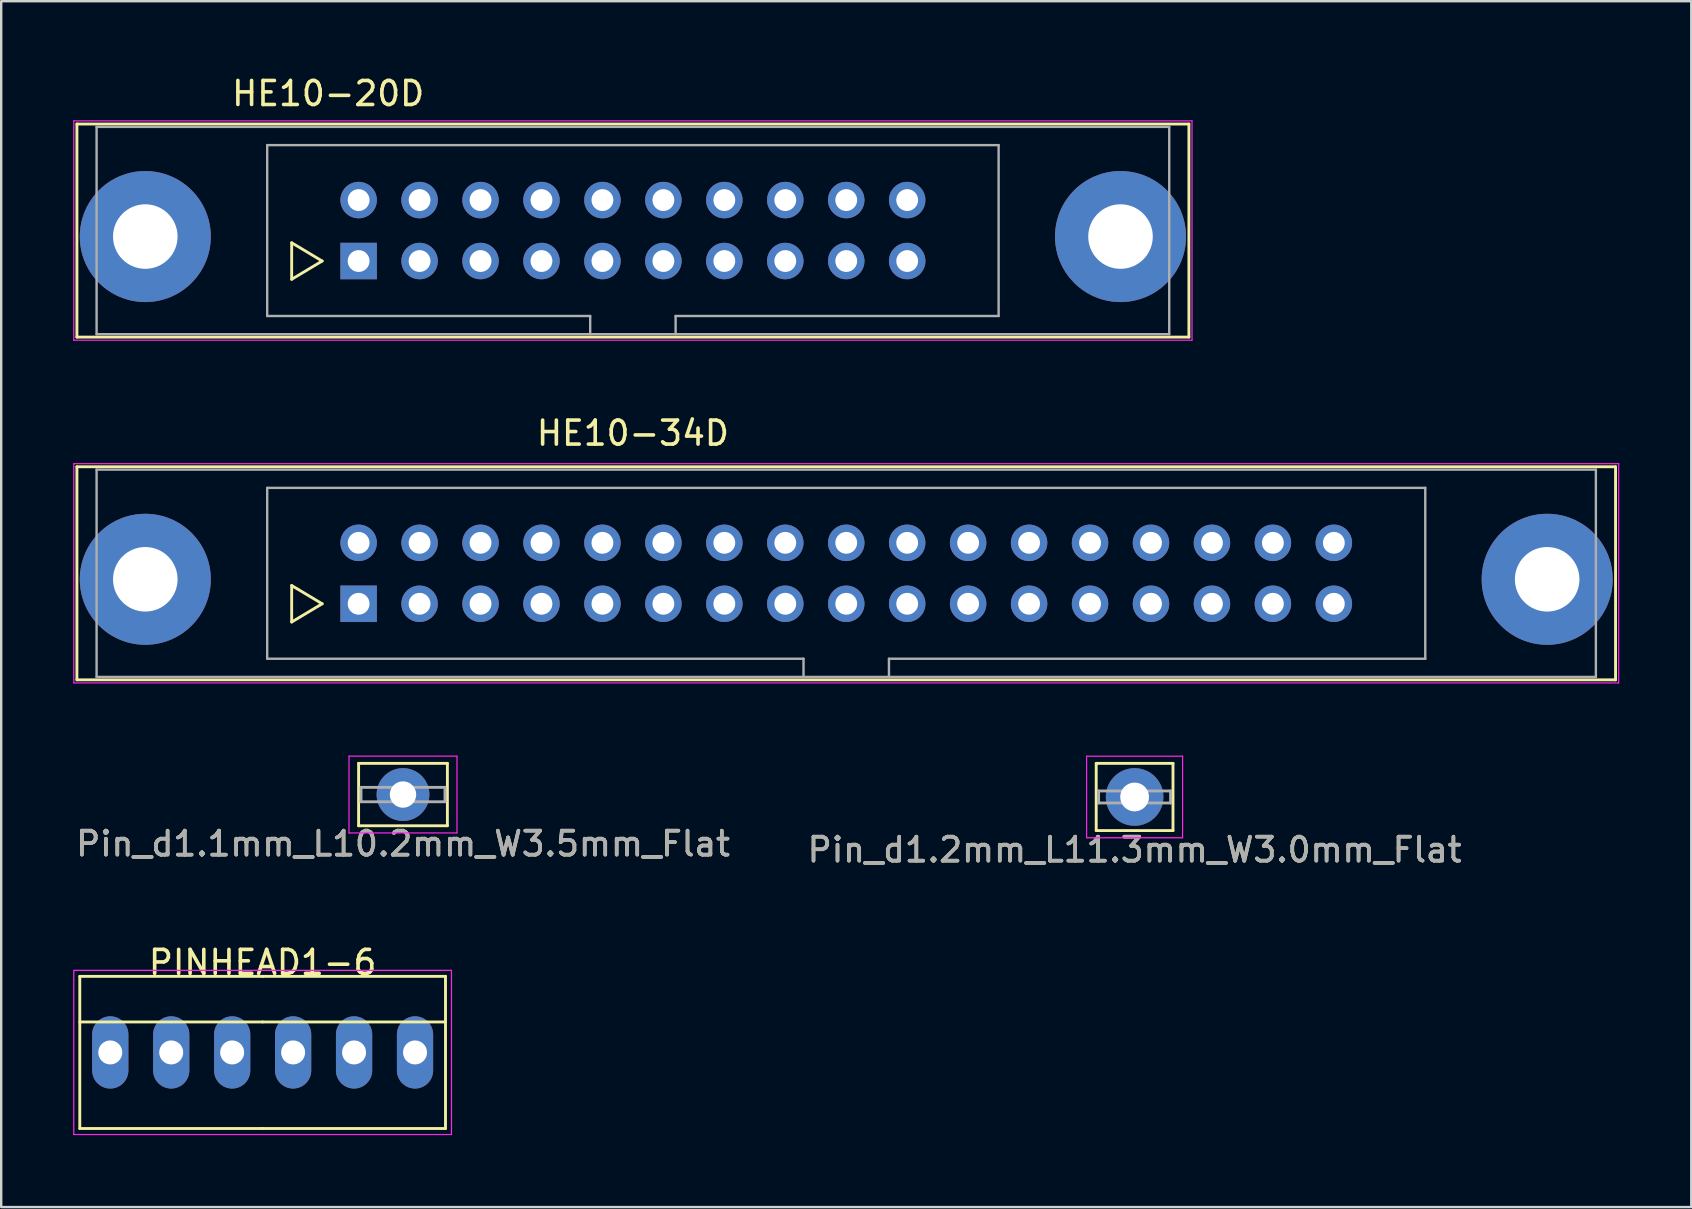
<source format=kicad_pcb>
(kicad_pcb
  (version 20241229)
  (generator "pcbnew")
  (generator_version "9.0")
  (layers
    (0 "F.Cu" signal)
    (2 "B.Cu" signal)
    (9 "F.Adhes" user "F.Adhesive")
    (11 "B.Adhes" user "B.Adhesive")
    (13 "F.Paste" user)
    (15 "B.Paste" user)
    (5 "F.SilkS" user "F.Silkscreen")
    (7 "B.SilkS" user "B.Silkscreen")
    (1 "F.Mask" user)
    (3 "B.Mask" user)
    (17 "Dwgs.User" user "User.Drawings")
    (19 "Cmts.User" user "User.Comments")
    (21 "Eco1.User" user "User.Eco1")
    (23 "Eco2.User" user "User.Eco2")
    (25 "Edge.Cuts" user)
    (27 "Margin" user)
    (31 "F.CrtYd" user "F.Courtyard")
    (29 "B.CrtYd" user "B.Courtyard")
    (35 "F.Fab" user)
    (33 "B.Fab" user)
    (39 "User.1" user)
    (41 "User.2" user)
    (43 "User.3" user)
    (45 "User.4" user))
  (footprint "Pin_d1.2mm_L11.3mm_W3.0mm_Flat"
    (layer "F.Cu")
    (at 44.232 30.162)
    (property "Reference" "Pin_d1.2mm_L11.3mm_W3.0mm_Flat" (at 0 2.2 0) (layer "F.SilkS") (effects (font (size 1 1) (thickness 0.15))))
    (attr through_hole)
    (fp_line (start -1.6 -1.4) (end 1.6 -1.4) (stroke (width 0.12) (type solid)) (layer "F.SilkS"))
    (fp_line (start -1.6 1.4) (end -1.6 -1.4) (stroke (width 0.12) (type solid)) (layer "F.SilkS"))
    (fp_line (start 1.6 -1.4) (end 1.6 1.4) (stroke (width 0.12) (type solid)) (layer "F.SilkS"))
    (fp_line (start 1.6 1.4) (end -1.6 1.4) (stroke (width 0.12) (type solid)) (layer "F.SilkS"))
    (fp_line (start -2 -1.7) (end -2 1.7) (stroke (width 0.05) (type solid)) (layer "F.CrtYd"))
    (fp_line (start -2 -1.7) (end 2 -1.7) (stroke (width 0.05) (type solid)) (layer "F.CrtYd"))
    (fp_line (start 2 1.7) (end -2 1.7) (stroke (width 0.05) (type solid)) (layer "F.CrtYd"))
    (fp_line (start 2 1.7) (end 2 -1.7) (stroke (width 0.05) (type solid)) (layer "F.CrtYd"))
    (fp_line (start -1.5 -0.25) (end 1.5 -0.25) (stroke (width 0.12) (type solid)) (layer "F.Fab"))
    (fp_line (start -1.5 0.25) (end -1.5 -0.25) (stroke (width 0.12) (type solid)) (layer "F.Fab"))
    (fp_line (start 1.5 -0.25) (end 1.5 0.25) (stroke (width 0.12) (type solid)) (layer "F.Fab"))
    (fp_line (start 1.5 0.25) (end -1.5 0.25) (stroke (width 0.12) (type solid)) (layer "F.Fab"))
    (fp_text user "${REFERENCE}" (at 0 2.2 0) (layer "F.Fab") (effects (font (size 1 1) (thickness 0.15))))
    (pad "1" thru_hole circle (at 0 0) (size 2.4 2.4) (drill 1.2) (layers "*.Cu" "*.Mask")))
  (footprint "HE10-20D"
    (layer "F.Cu")
    (at 11.895 7.828)
    (property "Reference" "HE10-20D" (at -1.27 -6.98 0) (layer "F.SilkS") (effects (font (size 1 1) (thickness 0.15))))
    (attr through_hole)
    (fp_line (start -11.74 -5.71) (end -11.74 3.17) (stroke (width 0.12) (type solid)) (layer "F.SilkS"))
    (fp_line (start -11.74 -5.71) (end 34.6 -5.71) (stroke (width 0.12) (type solid)) (layer "F.SilkS"))
    (fp_line (start -2.79 -0.76) (end -2.79 0.76) (stroke (width 0.12) (type solid)) (layer "F.SilkS"))
    (fp_line (start -2.79 0.76) (end -1.52 0) (stroke (width 0.12) (type solid)) (layer "F.SilkS"))
    (fp_line (start -1.52 0) (end -2.79 -0.76) (stroke (width 0.12) (type solid)) (layer "F.SilkS"))
    (fp_line (start 34.6 3.17) (end -11.74 3.17) (stroke (width 0.12) (type solid)) (layer "F.SilkS"))
    (fp_line (start 34.6 3.17) (end 34.6 -5.71) (stroke (width 0.12) (type solid)) (layer "F.SilkS"))
    (fp_line (start -11.87 -5.84) (end -11.87 3.3) (stroke (width 0.05) (type solid)) (layer "F.CrtYd"))
    (fp_line (start -11.87 -5.84) (end 34.73 -5.84) (stroke (width 0.05) (type solid)) (layer "F.CrtYd"))
    (fp_line (start 34.73 3.3) (end -11.87 3.3) (stroke (width 0.05) (type solid)) (layer "F.CrtYd"))
    (fp_line (start 34.73 3.3) (end 34.73 -5.84) (stroke (width 0.05) (type solid)) (layer "F.CrtYd"))
    (fp_line (start -10.92 -5.59) (end -10.92 3.05) (stroke (width 0.1) (type solid)) (layer "F.Fab"))
    (fp_line (start -10.92 3.05) (end 33.78 3.05) (stroke (width 0.1) (type solid)) (layer "F.Fab"))
    (fp_line (start -3.81 -4.83) (end 26.67 -4.83) (stroke (width 0.1) (type solid)) (layer "F.Fab"))
    (fp_line (start -3.81 2.29) (end -3.81 -4.83) (stroke (width 0.1) (type solid)) (layer "F.Fab"))
    (fp_line (start 9.65 2.29) (end -3.81 2.29) (stroke (width 0.1) (type solid)) (layer "F.Fab"))
    (fp_line (start 9.65 3.05) (end 9.65 2.29) (stroke (width 0.1) (type solid)) (layer "F.Fab"))
    (fp_line (start 13.21 2.29) (end 13.21 3.05) (stroke (width 0.1) (type solid)) (layer "F.Fab"))
    (fp_line (start 26.67 -4.83) (end 26.67 2.29) (stroke (width 0.1) (type solid)) (layer "F.Fab"))
    (fp_line (start 26.67 2.29) (end 13.21 2.29) (stroke (width 0.1) (type solid)) (layer "F.Fab"))
    (fp_line (start 33.78 -5.59) (end -10.92 -5.59) (stroke (width 0.1) (type solid)) (layer "F.Fab"))
    (fp_line (start 33.78 3.05) (end 33.78 -5.59) (stroke (width 0.1) (type solid)) (layer "F.Fab"))
    (pad "" thru_hole circle (at -8.89 -1.02) (size 5.46 5.46) (drill 2.69) (layers "*.Cu" "*.Mask"))
    (pad "" thru_hole circle (at 31.75 -1.02) (size 5.46 5.46) (drill 2.69) (layers "*.Cu" "*.Mask"))
    (pad "1" thru_hole rect (at 0 0) (size 1.52 1.52) (drill 0.91) (layers "*.Cu" "*.Mask"))
    (pad "2" thru_hole circle (at 0 -2.54) (size 1.52 1.52) (drill 0.91) (layers "*.Cu" "*.Mask"))
    (pad "3" thru_hole circle (at 2.54 0) (size 1.52 1.52) (drill 0.91) (layers "*.Cu" "*.Mask"))
    (pad "4" thru_hole circle (at 2.54 -2.54) (size 1.52 1.52) (drill 0.91) (layers "*.Cu" "*.Mask"))
    (pad "5" thru_hole circle (at 5.08 0) (size 1.52 1.52) (drill 0.91) (layers "*.Cu" "*.Mask"))
    (pad "6" thru_hole circle (at 5.08 -2.54) (size 1.52 1.52) (drill 0.91) (layers "*.Cu" "*.Mask"))
    (pad "7" thru_hole circle (at 7.62 0) (size 1.52 1.52) (drill 0.91) (layers "*.Cu" "*.Mask"))
    (pad "8" thru_hole circle (at 7.62 -2.54) (size 1.52 1.52) (drill 0.91) (layers "*.Cu" "*.Mask"))
    (pad "9" thru_hole circle (at 10.16 0) (size 1.52 1.52) (drill 0.91) (layers "*.Cu" "*.Mask"))
    (pad "10" thru_hole circle (at 10.16 -2.54) (size 1.52 1.52) (drill 0.91) (layers "*.Cu" "*.Mask"))
    (pad "11" thru_hole circle (at 12.7 0) (size 1.52 1.52) (drill 0.91) (layers "*.Cu" "*.Mask"))
    (pad "12" thru_hole circle (at 12.7 -2.54) (size 1.52 1.52) (drill 0.91) (layers "*.Cu" "*.Mask"))
    (pad "13" thru_hole circle (at 15.24 0) (size 1.52 1.52) (drill 0.91) (layers "*.Cu" "*.Mask"))
    (pad "14" thru_hole circle (at 15.24 -2.54) (size 1.52 1.52) (drill 0.91) (layers "*.Cu" "*.Mask"))
    (pad "15" thru_hole circle (at 17.78 0) (size 1.52 1.52) (drill 0.91) (layers "*.Cu" "*.Mask"))
    (pad "16" thru_hole circle (at 17.78 -2.54) (size 1.52 1.52) (drill 0.91) (layers "*.Cu" "*.Mask"))
    (pad "17" thru_hole circle (at 20.32 0) (size 1.52 1.52) (drill 0.91) (layers "*.Cu" "*.Mask"))
    (pad "18" thru_hole circle (at 20.32 -2.54) (size 1.52 1.52) (drill 0.91) (layers "*.Cu" "*.Mask"))
    (pad "19" thru_hole circle (at 22.86 0) (size 1.52 1.52) (drill 0.91) (layers "*.Cu" "*.Mask"))
    (pad "20" thru_hole circle (at 22.86 -2.54) (size 1.52 1.52) (drill 0.91) (layers "*.Cu" "*.Mask")))
  (footprint "HE10-34D"
    (layer "F.Cu")
    (at 11.895 22.111)
    (property "Reference" "HE10-34D" (at 11.43 -7.11 0) (layer "F.SilkS") (effects (font (size 1 1) (thickness 0.15))))
    (attr through_hole)
    (fp_line (start -11.74 -5.71) (end -11.74 3.17) (stroke (width 0.12) (type solid)) (layer "F.SilkS"))
    (fp_line (start -11.74 -5.71) (end 52.38 -5.71) (stroke (width 0.12) (type solid)) (layer "F.SilkS"))
    (fp_line (start -2.79 -0.76) (end -2.79 0.76) (stroke (width 0.12) (type solid)) (layer "F.SilkS"))
    (fp_line (start -2.79 0.76) (end -1.52 0) (stroke (width 0.12) (type solid)) (layer "F.SilkS"))
    (fp_line (start -1.52 0) (end -2.79 -0.76) (stroke (width 0.12) (type solid)) (layer "F.SilkS"))
    (fp_line (start 52.38 3.17) (end -11.74 3.17) (stroke (width 0.12) (type solid)) (layer "F.SilkS"))
    (fp_line (start 52.38 3.17) (end 52.38 -5.71) (stroke (width 0.12) (type solid)) (layer "F.SilkS"))
    (fp_line (start -11.87 -5.84) (end -11.87 3.3) (stroke (width 0.05) (type solid)) (layer "F.CrtYd"))
    (fp_line (start -11.87 -5.84) (end 52.51 -5.84) (stroke (width 0.05) (type solid)) (layer "F.CrtYd"))
    (fp_line (start 52.51 3.3) (end -11.87 3.3) (stroke (width 0.05) (type solid)) (layer "F.CrtYd"))
    (fp_line (start 52.51 3.3) (end 52.51 -5.84) (stroke (width 0.05) (type solid)) (layer "F.CrtYd"))
    (fp_line (start -10.92 -5.59) (end -10.92 3.05) (stroke (width 0.1) (type solid)) (layer "F.Fab"))
    (fp_line (start -10.92 3.05) (end 51.56 3.05) (stroke (width 0.1) (type solid)) (layer "F.Fab"))
    (fp_line (start -3.81 -4.83) (end 44.45 -4.83) (stroke (width 0.1) (type solid)) (layer "F.Fab"))
    (fp_line (start -3.81 2.29) (end -3.81 -4.83) (stroke (width 0.1) (type solid)) (layer "F.Fab"))
    (fp_line (start 18.54 2.29) (end -3.81 2.29) (stroke (width 0.1) (type solid)) (layer "F.Fab"))
    (fp_line (start 18.54 3.05) (end 18.54 2.29) (stroke (width 0.1) (type solid)) (layer "F.Fab"))
    (fp_line (start 22.1 2.29) (end 22.1 3.05) (stroke (width 0.1) (type solid)) (layer "F.Fab"))
    (fp_line (start 44.45 -4.83) (end 44.45 2.29) (stroke (width 0.1) (type solid)) (layer "F.Fab"))
    (fp_line (start 44.45 2.29) (end 22.1 2.29) (stroke (width 0.1) (type solid)) (layer "F.Fab"))
    (fp_line (start 51.56 -5.59) (end -10.92 -5.59) (stroke (width 0.1) (type solid)) (layer "F.Fab"))
    (fp_line (start 51.56 3.05) (end 51.56 -5.59) (stroke (width 0.1) (type solid)) (layer "F.Fab"))
    (pad "" thru_hole circle (at -8.89 -1.02) (size 5.46 5.46) (drill 2.69) (layers "*.Cu" "*.Mask"))
    (pad "" thru_hole circle (at 49.53 -1.02) (size 5.46 5.46) (drill 2.69) (layers "*.Cu" "*.Mask"))
    (pad "1" thru_hole rect (at 0 0) (size 1.52 1.52) (drill 0.91) (layers "*.Cu" "*.Mask"))
    (pad "2" thru_hole circle (at 0 -2.54) (size 1.52 1.52) (drill 0.91) (layers "*.Cu" "*.Mask"))
    (pad "3" thru_hole circle (at 2.54 0) (size 1.52 1.52) (drill 0.91) (layers "*.Cu" "*.Mask"))
    (pad "4" thru_hole circle (at 2.54 -2.54) (size 1.52 1.52) (drill 0.91) (layers "*.Cu" "*.Mask"))
    (pad "5" thru_hole circle (at 5.08 0) (size 1.52 1.52) (drill 0.91) (layers "*.Cu" "*.Mask"))
    (pad "6" thru_hole circle (at 5.08 -2.54) (size 1.52 1.52) (drill 0.91) (layers "*.Cu" "*.Mask"))
    (pad "7" thru_hole circle (at 7.62 0) (size 1.52 1.52) (drill 0.91) (layers "*.Cu" "*.Mask"))
    (pad "8" thru_hole circle (at 7.62 -2.54) (size 1.52 1.52) (drill 0.91) (layers "*.Cu" "*.Mask"))
    (pad "9" thru_hole circle (at 10.16 0) (size 1.52 1.52) (drill 0.91) (layers "*.Cu" "*.Mask"))
    (pad "10" thru_hole circle (at 10.16 -2.54) (size 1.52 1.52) (drill 0.91) (layers "*.Cu" "*.Mask"))
    (pad "11" thru_hole circle (at 12.7 0) (size 1.52 1.52) (drill 0.91) (layers "*.Cu" "*.Mask"))
    (pad "12" thru_hole circle (at 12.7 -2.54) (size 1.52 1.52) (drill 0.91) (layers "*.Cu" "*.Mask"))
    (pad "13" thru_hole circle (at 15.24 0) (size 1.52 1.52) (drill 0.91) (layers "*.Cu" "*.Mask"))
    (pad "14" thru_hole circle (at 15.24 -2.54) (size 1.52 1.52) (drill 0.91) (layers "*.Cu" "*.Mask"))
    (pad "15" thru_hole circle (at 17.78 0) (size 1.52 1.52) (drill 0.91) (layers "*.Cu" "*.Mask"))
    (pad "16" thru_hole circle (at 17.78 -2.54) (size 1.52 1.52) (drill 0.91) (layers "*.Cu" "*.Mask"))
    (pad "17" thru_hole circle (at 20.32 0) (size 1.52 1.52) (drill 0.91) (layers "*.Cu" "*.Mask"))
    (pad "18" thru_hole circle (at 20.32 -2.54) (size 1.52 1.52) (drill 0.91) (layers "*.Cu" "*.Mask"))
    (pad "19" thru_hole circle (at 22.86 0) (size 1.52 1.52) (drill 0.91) (layers "*.Cu" "*.Mask"))
    (pad "20" thru_hole circle (at 22.86 -2.54) (size 1.52 1.52) (drill 0.91) (layers "*.Cu" "*.Mask"))
    (pad "21" thru_hole circle (at 25.4 0) (size 1.52 1.52) (drill 0.91) (layers "*.Cu" "*.Mask"))
    (pad "22" thru_hole circle (at 25.4 -2.54) (size 1.52 1.52) (drill 0.91) (layers "*.Cu" "*.Mask"))
    (pad "23" thru_hole circle (at 27.94 0) (size 1.52 1.52) (drill 0.91) (layers "*.Cu" "*.Mask"))
    (pad "24" thru_hole circle (at 27.94 -2.54) (size 1.52 1.52) (drill 0.91) (layers "*.Cu" "*.Mask"))
    (pad "25" thru_hole circle (at 30.48 0) (size 1.52 1.52) (drill 0.91) (layers "*.Cu" "*.Mask"))
    (pad "26" thru_hole circle (at 30.48 -2.54) (size 1.52 1.52) (drill 0.91) (layers "*.Cu" "*.Mask"))
    (pad "27" thru_hole circle (at 33.02 0) (size 1.52 1.52) (drill 0.91) (layers "*.Cu" "*.Mask"))
    (pad "28" thru_hole circle (at 33.02 -2.54) (size 1.52 1.52) (drill 0.91) (layers "*.Cu" "*.Mask"))
    (pad "29" thru_hole circle (at 35.56 0) (size 1.52 1.52) (drill 0.91) (layers "*.Cu" "*.Mask"))
    (pad "30" thru_hole circle (at 35.56 -2.54) (size 1.52 1.52) (drill 0.91) (layers "*.Cu" "*.Mask"))
    (pad "31" thru_hole circle (at 38.1 0) (size 1.52 1.52) (drill 0.91) (layers "*.Cu" "*.Mask"))
    (pad "32" thru_hole circle (at 38.1 -2.54) (size 1.52 1.52) (drill 0.91) (layers "*.Cu" "*.Mask"))
    (pad "33" thru_hole circle (at 40.64 0) (size 1.52 1.52) (drill 0.91) (layers "*.Cu" "*.Mask"))
    (pad "34" thru_hole circle (at 40.64 -2.54) (size 1.52 1.52) (drill 0.91) (layers "*.Cu" "*.Mask")))
  (footprint "Pin_d1.1mm_L10.2mm_W3.5mm_Flat"
    (layer "F.Cu")
    (at 13.744 30.061)
    (property "Reference" "Pin_d1.1mm_L10.2mm_W3.5mm_Flat" (at 0 2.05 0) (layer "F.SilkS") (effects (font (size 1 1) (thickness 0.15))))
    (attr through_hole)
    (fp_line (start -1.85 -1.3) (end -1.85 1.3) (stroke (width 0.12) (type solid)) (layer "F.SilkS"))
    (fp_line (start -1.85 -1.3) (end 1.85 -1.3) (stroke (width 0.12) (type solid)) (layer "F.SilkS"))
    (fp_line (start 1.85 -1.3) (end 1.85 1.3) (stroke (width 0.12) (type solid)) (layer "F.SilkS"))
    (fp_line (start 1.85 1.3) (end -1.85 1.3) (stroke (width 0.12) (type solid)) (layer "F.SilkS"))
    (fp_line (start -2.25 -1.6) (end -2.25 1.6) (stroke (width 0.05) (type solid)) (layer "F.CrtYd"))
    (fp_line (start -2.25 -1.6) (end 2.25 -1.6) (stroke (width 0.05) (type solid)) (layer "F.CrtYd"))
    (fp_line (start 2.25 1.6) (end -2.25 1.6) (stroke (width 0.05) (type solid)) (layer "F.CrtYd"))
    (fp_line (start 2.25 1.6) (end 2.25 -1.6) (stroke (width 0.05) (type solid)) (layer "F.CrtYd"))
    (fp_line (start -1.75 -0.3) (end 1.75 -0.3) (stroke (width 0.12) (type solid)) (layer "F.Fab"))
    (fp_line (start -1.75 0.3) (end -1.75 -0.3) (stroke (width 0.12) (type solid)) (layer "F.Fab"))
    (fp_line (start 1.75 -0.3) (end 1.75 0.3) (stroke (width 0.12) (type solid)) (layer "F.Fab"))
    (fp_line (start 1.75 0.3) (end -1.75 0.3) (stroke (width 0.12) (type solid)) (layer "F.Fab"))
    (fp_text user "${REFERENCE}" (at 0 2.05 0) (layer "F.Fab") (effects (font (size 1 1) (thickness 0.15))))
    (pad "1" thru_hole circle (at 0 0) (size 2.2 2.2) (drill 1.1) (layers "*.Cu" "*.Mask")))
  (footprint "PINHEAD1-6"
    (layer "F.Cu")
    (at 1.545 40.808)
    (property "Reference" "PINHEAD1-6" (at 6.35 -3.75 0) (layer "F.SilkS") (effects (font (size 1 1) (thickness 0.15))))
    (attr through_hole)
    (fp_line (start -1.27 -3.17) (end -1.27 3.17) (stroke (width 0.12) (type solid)) (layer "F.SilkS"))
    (fp_line (start -1.27 -3.17) (end 6.35 -3.17) (stroke (width 0.12) (type solid)) (layer "F.SilkS"))
    (fp_line (start 6.35 -3.17) (end 13.97 -3.17) (stroke (width 0.12) (type solid)) (layer "F.SilkS"))
    (fp_line (start 6.35 -1.27) (end -1.27 -1.27) (stroke (width 0.12) (type solid)) (layer "F.SilkS"))
    (fp_line (start 6.35 -1.27) (end 13.97 -1.27) (stroke (width 0.12) (type solid)) (layer "F.SilkS"))
    (fp_line (start 6.35 3.17) (end -1.27 3.17) (stroke (width 0.12) (type solid)) (layer "F.SilkS"))
    (fp_line (start 6.35 3.17) (end 13.97 3.17) (stroke (width 0.12) (type solid)) (layer "F.SilkS"))
    (fp_line (start 13.97 -3.17) (end 13.97 3.17) (stroke (width 0.12) (type solid)) (layer "F.SilkS"))
    (fp_line (start -1.52 -3.42) (end -1.52 3.42) (stroke (width 0.05) (type solid)) (layer "F.CrtYd"))
    (fp_line (start -1.52 -3.42) (end 14.22 -3.42) (stroke (width 0.05) (type solid)) (layer "F.CrtYd"))
    (fp_line (start 14.22 3.42) (end -1.52 3.42) (stroke (width 0.05) (type solid)) (layer "F.CrtYd"))
    (fp_line (start 14.22 3.42) (end 14.22 -3.42) (stroke (width 0.05) (type solid)) (layer "F.CrtYd"))
    (pad "1" thru_hole oval (at 0 0) (size 1.51 3.01) (drill 1) (layers "*.Cu" "*.Mask"))
    (pad "2" thru_hole oval (at 2.54 0) (size 1.51 3.01) (drill 1) (layers "*.Cu" "*.Mask"))
    (pad "3" thru_hole oval (at 5.08 0) (size 1.51 3.01) (drill 1) (layers "*.Cu" "*.Mask"))
    (pad "4" thru_hole oval (at 7.62 0) (size 1.51 3.01) (drill 1) (layers "*.Cu" "*.Mask"))
    (pad "5" thru_hole oval (at 10.16 0) (size 1.51 3.01) (drill 1) (layers "*.Cu" "*.Mask"))
    (pad "6" thru_hole oval (at 12.7 0) (size 1.51 3.01) (drill 1) (layers "*.Cu" "*.Mask")))
  (gr_rect
    (start -3 -3)
    (end 67.43 47.253)
    (stroke (width 0.1) (type default))
    (fill no)
    (layer "Edge.Cuts")))
</source>
